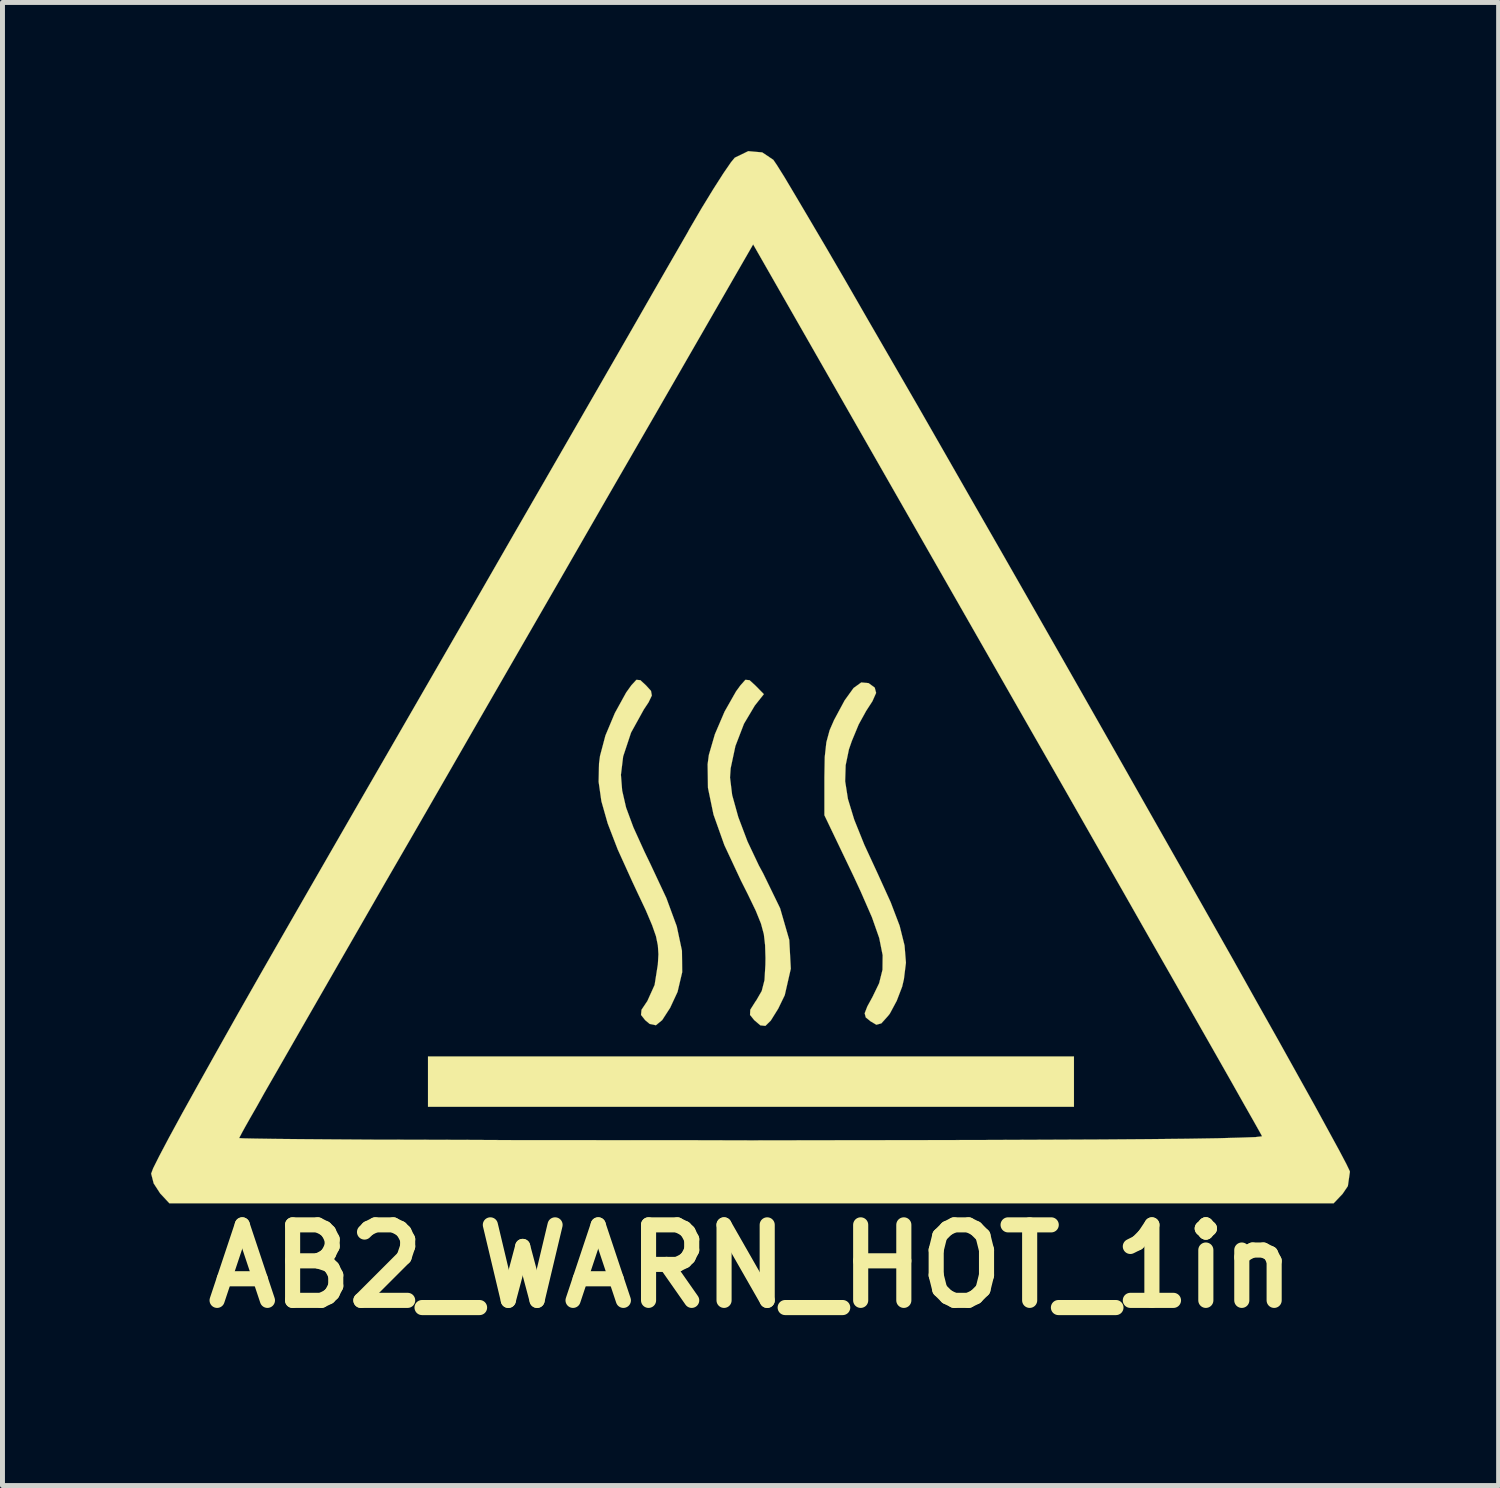
<source format=kicad_pcb>
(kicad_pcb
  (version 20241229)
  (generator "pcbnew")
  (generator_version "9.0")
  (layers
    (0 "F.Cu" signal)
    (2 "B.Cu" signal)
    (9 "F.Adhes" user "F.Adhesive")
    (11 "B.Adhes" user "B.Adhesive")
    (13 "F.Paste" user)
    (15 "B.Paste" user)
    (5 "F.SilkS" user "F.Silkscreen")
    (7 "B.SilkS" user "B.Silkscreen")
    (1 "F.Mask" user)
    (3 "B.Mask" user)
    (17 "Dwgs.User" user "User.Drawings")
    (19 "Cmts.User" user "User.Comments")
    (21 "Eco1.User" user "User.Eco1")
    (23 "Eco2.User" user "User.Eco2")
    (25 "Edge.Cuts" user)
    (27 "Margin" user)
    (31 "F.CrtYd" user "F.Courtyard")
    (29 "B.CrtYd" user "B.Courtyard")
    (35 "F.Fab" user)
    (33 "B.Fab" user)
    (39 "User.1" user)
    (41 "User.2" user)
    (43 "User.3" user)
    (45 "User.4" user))
  (footprint "AB2_WARN_HOT_1in"
    (layer "F.Cu")
    (at 12.109 10.57)
    (property "Reference" "AB2_WARN_HOT_1in" (at 0 11.938 0) (layer "F.SilkS") (effects (font (size 1.524 1.524) (thickness 0.305))))
    (attr through_hole)
    (fp_poly (pts (xy 6.518 8.72) (xy 0 8.72) (xy -6.52 8.72) (xy -6.52 8.212) (xy -6.52 7.704) (xy 0 7.704) (xy 6.518 7.704) (xy 6.518 8.212) (xy 6.518 8.72)) (stroke (width 0.003) (type solid)) (fill yes) (layer "F.SilkS"))
    (fp_poly (pts (xy 0.803 5.933) (xy 0.681 6.467) (xy 0.549 6.739) (xy 0.399 6.98) (xy 0.29 7.087) (xy 0.188 7.076) (xy 0.064 6.97) (xy -0.02 6.866) (xy -0.015 6.761) (xy 0.089 6.596) (xy 0.109 6.568) (xy 0.216 6.383) (xy 0.272 6.165) (xy 0.29 5.855) (xy 0.292 5.715) (xy 0.284 5.456) (xy 0.259 5.237) (xy 0.201 5.022) (xy 0.097 4.765) (xy -0.066 4.427) (xy -0.203 4.155) (xy -0.538 3.439) (xy -0.757 2.822) (xy -0.869 2.283) (xy -0.876 1.806) (xy -0.851 1.618) (xy -0.729 1.199) (xy -0.533 0.742) (xy -0.302 0.335) (xy -0.213 0.213) (xy -0.114 0.102) (xy -0.03 0.109) (xy 0.089 0.218) (xy 0.259 0.391) (xy 0.076 0.622) (xy -0.142 0.988) (xy -0.315 1.438) (xy -0.411 1.887) (xy -0.424 2.073) (xy -0.381 2.426) (xy -0.257 2.873) (xy -0.071 3.365) (xy 0.16 3.853) (xy 0.246 4.011) (xy 0.587 4.712) (xy 0.772 5.352) (xy 0.803 5.933)) (stroke (width 0.003) (type solid)) (fill yes) (layer "F.SilkS"))
    (fp_poly (pts (xy 3.127 5.812) (xy 3.086 6.144) (xy 3.051 6.294) (xy 2.941 6.581) (xy 2.802 6.84) (xy 2.764 6.888) (xy 2.631 7.036) (xy 2.53 7.064) (xy 2.413 6.995) (xy 2.316 6.916) (xy 2.294 6.833) (xy 2.347 6.695) (xy 2.451 6.505) (xy 2.586 6.226) (xy 2.654 5.954) (xy 2.657 5.659) (xy 2.588 5.314) (xy 2.441 4.895) (xy 2.212 4.371) (xy 2.065 4.054) (xy 1.481 2.835) (xy 1.481 2.073) (xy 1.488 1.661) (xy 1.521 1.361) (xy 1.587 1.118) (xy 1.676 0.914) (xy 1.89 0.516) (xy 2.07 0.267) (xy 2.225 0.155) (xy 2.37 0.168) (xy 2.375 0.17) (xy 2.497 0.259) (xy 2.525 0.366) (xy 2.451 0.533) (xy 2.324 0.729) (xy 2.174 1.001) (xy 2.035 1.336) (xy 1.976 1.506) (xy 1.91 1.826) (xy 1.9 2.149) (xy 1.956 2.507) (xy 2.083 2.924) (xy 2.286 3.429) (xy 2.553 4.006) (xy 2.819 4.592) (xy 3 5.067) (xy 3.099 5.464) (xy 3.127 5.812)) (stroke (width 0.003) (type solid)) (fill yes) (layer "F.SilkS"))
    (fp_poly (pts (xy -1.389 6.002) (xy -1.483 6.401) (xy -1.633 6.723) (xy -1.793 6.97) (xy -1.92 7.074) (xy -2.045 7.048) (xy -2.136 6.972) (xy -2.22 6.866) (xy -2.21 6.761) (xy -2.098 6.594) (xy -2.095 6.591) (xy -1.946 6.261) (xy -1.88 5.842) (xy -1.869 5.641) (xy -1.88 5.464) (xy -1.918 5.278) (xy -1.996 5.055) (xy -2.123 4.755) (xy -2.314 4.351) (xy -2.398 4.171) (xy -2.69 3.528) (xy -2.893 3) (xy -3.02 2.553) (xy -3.076 2.159) (xy -3.068 1.791) (xy -3.048 1.638) (xy -2.939 1.227) (xy -2.748 0.772) (xy -2.52 0.358) (xy -2.416 0.213) (xy -2.314 0.102) (xy -2.233 0.109) (xy -2.118 0.216) (xy -2.019 0.325) (xy -2.002 0.419) (xy -2.068 0.556) (xy -2.164 0.701) (xy -2.421 1.166) (xy -2.581 1.648) (xy -2.626 2.019) (xy -2.601 2.337) (xy -2.522 2.68) (xy -2.375 3.078) (xy -2.151 3.571) (xy -2.027 3.828) (xy -1.709 4.506) (xy -1.499 5.077) (xy -1.394 5.57) (xy -1.389 6.002)) (stroke (width 0.003) (type solid)) (fill yes) (layer "F.SilkS"))
    (fp_poly (pts (xy 12.088 10.033) (xy 12.047 10.32) (xy 11.941 10.477) (xy 11.76 10.668) (xy 10.315 10.668) (xy 10.315 9.314) (xy 10.269 9.23) (xy 10.145 9.009) (xy 9.947 8.661) (xy 9.682 8.191) (xy 9.352 7.61) (xy 8.964 6.929) (xy 8.522 6.152) (xy 8.031 5.293) (xy 7.501 4.361) (xy 6.929 3.36) (xy 6.327 2.304) (xy 5.695 1.201) (xy 5.164 0.272) (xy 0.043 -8.687) (xy -1.91 -5.296) (xy -2.921 -3.546) (xy -3.848 -1.935) (xy -4.699 -0.46) (xy -5.474 0.884) (xy -6.177 2.106) (xy -6.812 3.208) (xy -7.384 4.196) (xy -7.892 5.08) (xy -8.341 5.86) (xy -8.735 6.546) (xy -9.075 7.137) (xy -9.368 7.648) (xy -9.614 8.077) (xy -9.82 8.435) (xy -9.982 8.725) (xy -10.112 8.951) (xy -10.208 9.121) (xy -10.274 9.241) (xy -10.312 9.314) (xy -10.33 9.347) (xy -10.33 9.352) (xy -10.249 9.357) (xy -10.005 9.362) (xy -9.614 9.368) (xy -9.086 9.373) (xy -8.428 9.378) (xy -7.653 9.383) (xy -6.769 9.385) (xy -5.786 9.388) (xy -4.719 9.393) (xy -3.574 9.393) (xy -2.362 9.395) (xy -1.092 9.395) (xy 0.005 9.398) (xy 1.725 9.395) (xy 3.294 9.393) (xy 4.709 9.39) (xy 5.969 9.385) (xy 7.074 9.38) (xy 8.019 9.373) (xy 8.804 9.365) (xy 9.426 9.355) (xy 9.886 9.342) (xy 10.18 9.332) (xy 10.307 9.317) (xy 10.315 9.314) (xy 10.315 10.668) (xy 0.01 10.668) (xy -11.74 10.668) (xy -11.925 10.47) (xy -12.057 10.267) (xy -12.108 10.069) (xy -12.068 9.962) (xy -11.946 9.718) (xy -11.753 9.352) (xy -11.491 8.87) (xy -11.168 8.288) (xy -10.79 7.612) (xy -10.366 6.858) (xy -9.896 6.032) (xy -9.39 5.149) (xy -9.009 4.486) (xy -8.014 2.758) (xy -7.099 1.173) (xy -6.261 -0.279) (xy -5.499 -1.6) (xy -4.811 -2.797) (xy -4.188 -3.876) (xy -3.63 -4.844) (xy -3.134 -5.705) (xy -2.697 -6.464) (xy -2.314 -7.13) (xy -1.984 -7.706) (xy -1.702 -8.197) (xy -1.463 -8.611) (xy -1.267 -8.951) (xy -1.255 -8.976) (xy -1.001 -9.411) (xy -0.762 -9.802) (xy -0.556 -10.124) (xy -0.404 -10.345) (xy -0.328 -10.437) (xy -0.056 -10.569) (xy 0.226 -10.544) (xy 0.45 -10.394) (xy 0.521 -10.29) (xy 0.671 -10.051) (xy 0.889 -9.685) (xy 1.173 -9.205) (xy 1.519 -8.618) (xy 1.915 -7.938) (xy 2.357 -7.17) (xy 2.842 -6.332) (xy 3.363 -5.431) (xy 3.912 -4.473) (xy 4.483 -3.475) (xy 5.075 -2.443) (xy 5.677 -1.389) (xy 6.284 -0.325) (xy 6.891 0.742) (xy 7.493 1.801) (xy 8.082 2.84) (xy 8.654 3.848) (xy 9.202 4.816) (xy 9.721 5.733) (xy 10.201 6.591) (xy 10.643 7.376) (xy 11.036 8.082) (xy 11.377 8.694) (xy 11.656 9.205) (xy 11.872 9.601) (xy 12.017 9.876) (xy 12.085 10.018) (xy 12.088 10.033)) (stroke (width 0.003) (type solid)) (fill yes) (layer "F.SilkS")))
  (gr_rect
    (start -3 -3)
    (end 27.199 26.935)
    (stroke (width 0.1) (type default))
    (fill no)
    (layer "Edge.Cuts")))
</source>
